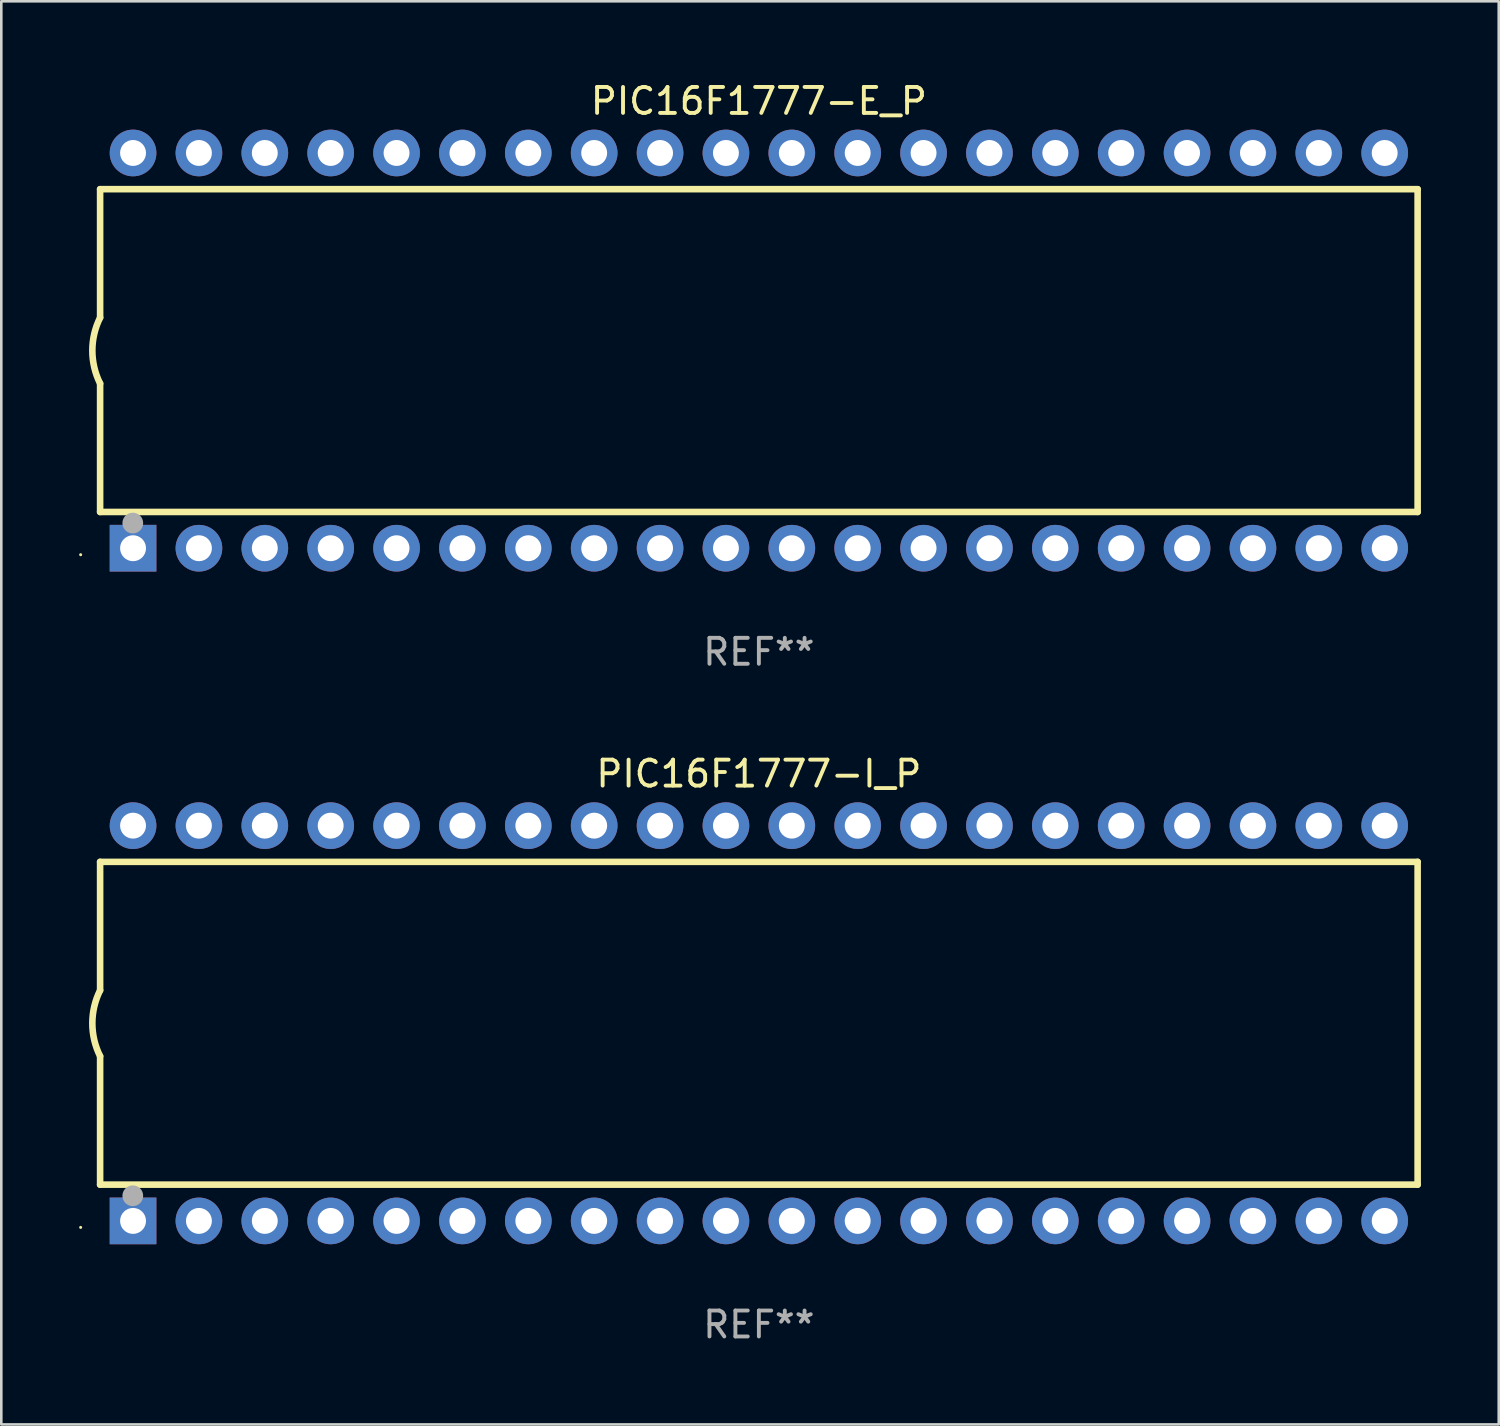
<source format=kicad_pcb>
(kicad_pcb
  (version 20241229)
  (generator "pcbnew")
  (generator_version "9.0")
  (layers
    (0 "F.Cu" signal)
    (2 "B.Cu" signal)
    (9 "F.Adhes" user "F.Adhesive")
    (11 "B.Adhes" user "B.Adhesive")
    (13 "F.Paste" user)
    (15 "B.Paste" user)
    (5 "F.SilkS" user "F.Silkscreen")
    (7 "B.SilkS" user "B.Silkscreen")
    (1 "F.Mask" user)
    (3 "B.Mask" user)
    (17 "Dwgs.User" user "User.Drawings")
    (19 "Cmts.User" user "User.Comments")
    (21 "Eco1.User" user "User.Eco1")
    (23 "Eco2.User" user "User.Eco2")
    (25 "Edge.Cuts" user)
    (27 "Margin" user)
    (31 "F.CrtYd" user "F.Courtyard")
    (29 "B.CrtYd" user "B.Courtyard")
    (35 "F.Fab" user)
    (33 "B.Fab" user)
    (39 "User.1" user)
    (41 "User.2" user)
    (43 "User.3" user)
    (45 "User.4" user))
  (footprint "PIC16F1777-I_P"
    (layer "F.Cu")
    (at 26.21 36.405)
    (property "Reference" "PIC16F1777-I_P" (at 0 -9.62 0) (layer "F.SilkS") (effects (font (size 1 1) (thickness 0.15))))
    (attr through_hole)
    (fp_line (start -25.4 -6.224) (end -25.4 -1.271) (stroke (width 0.254) (type solid)) (layer "F.SilkS"))
    (fp_line (start -25.4 -6.224) (end 25.4 -6.224) (stroke (width 0.254) (type solid)) (layer "F.SilkS"))
    (fp_line (start -25.4 1.269) (end -25.4 6.222) (stroke (width 0.254) (type solid)) (layer "F.SilkS"))
    (fp_line (start -25.4 6.222) (end 25.4 6.222) (stroke (width 0.254) (type solid)) (layer "F.SilkS"))
    (fp_line (start 25.4 6.222) (end 25.4 -6.224) (stroke (width 0.254) (type solid)) (layer "F.SilkS"))
    (fp_arc (start -25.4 1.269241) (mid -25.699807 -0.000762) (end -25.4 -1.270765) (stroke (width 0.254001) (type solid)) (layer "F.SilkS"))
    (fp_circle (center -26.15 7.87) (end -26.12 7.87) (stroke (width 0.06) (type solid)) (fill no) (layer "F.SilkS"))
    (fp_circle (center -24.14 6.65) (end -23.94 6.65) (stroke (width 0.4) (type solid)) (fill no) (layer "F.Fab"))
    (fp_text user "REF**" (at 0 11.62 0) (layer "F.Fab") (effects (font (size 1 1) (thickness 0.15))))
    (pad "1" thru_hole rect (at -24.13 7.62 90) (size 1.8 1.8) (drill 1) (layers "*.Cu" "*.Mask"))
    (pad "2" thru_hole circle (at -21.59 7.62) (size 1.8 1.8) (drill 1) (layers "*.Cu" "*.Mask"))
    (pad "3" thru_hole circle (at -19.05 7.62) (size 1.8 1.8) (drill 1) (layers "*.Cu" "*.Mask"))
    (pad "4" thru_hole circle (at -16.51 7.62) (size 1.8 1.8) (drill 1) (layers "*.Cu" "*.Mask"))
    (pad "5" thru_hole circle (at -13.97 7.62) (size 1.8 1.8) (drill 1) (layers "*.Cu" "*.Mask"))
    (pad "6" thru_hole circle (at -11.43 7.62) (size 1.8 1.8) (drill 1) (layers "*.Cu" "*.Mask"))
    (pad "7" thru_hole circle (at -8.89 7.62) (size 1.8 1.8) (drill 1) (layers "*.Cu" "*.Mask"))
    (pad "8" thru_hole circle (at -6.35 7.62) (size 1.8 1.8) (drill 1) (layers "*.Cu" "*.Mask"))
    (pad "9" thru_hole circle (at -3.81 7.62) (size 1.8 1.8) (drill 1) (layers "*.Cu" "*.Mask"))
    (pad "10" thru_hole circle (at -1.27 7.62) (size 1.8 1.8) (drill 1) (layers "*.Cu" "*.Mask"))
    (pad "11" thru_hole circle (at 1.27 7.62) (size 1.8 1.8) (drill 1) (layers "*.Cu" "*.Mask"))
    (pad "12" thru_hole circle (at 3.81 7.62) (size 1.8 1.8) (drill 1) (layers "*.Cu" "*.Mask"))
    (pad "13" thru_hole circle (at 6.35 7.62) (size 1.8 1.8) (drill 1) (layers "*.Cu" "*.Mask"))
    (pad "14" thru_hole circle (at 8.89 7.62) (size 1.8 1.8) (drill 1) (layers "*.Cu" "*.Mask"))
    (pad "15" thru_hole circle (at 11.43 7.62) (size 1.8 1.8) (drill 1) (layers "*.Cu" "*.Mask"))
    (pad "16" thru_hole circle (at 13.97 7.62) (size 1.8 1.8) (drill 1) (layers "*.Cu" "*.Mask"))
    (pad "17" thru_hole circle (at 16.51 7.62) (size 1.8 1.8) (drill 1) (layers "*.Cu" "*.Mask"))
    (pad "18" thru_hole circle (at 19.05 7.62) (size 1.8 1.8) (drill 1) (layers "*.Cu" "*.Mask"))
    (pad "19" thru_hole circle (at 21.59 7.62) (size 1.8 1.8) (drill 1) (layers "*.Cu" "*.Mask"))
    (pad "20" thru_hole circle (at 24.13 7.62) (size 1.8 1.8) (drill 1) (layers "*.Cu" "*.Mask"))
    (pad "21" thru_hole circle (at 24.13 -7.62) (size 1.8 1.8) (drill 1) (layers "*.Cu" "*.Mask"))
    (pad "22" thru_hole circle (at 21.59 -7.62) (size 1.8 1.8) (drill 1) (layers "*.Cu" "*.Mask"))
    (pad "23" thru_hole circle (at 19.05 -7.62) (size 1.8 1.8) (drill 1) (layers "*.Cu" "*.Mask"))
    (pad "24" thru_hole circle (at 16.51 -7.62) (size 1.8 1.8) (drill 1) (layers "*.Cu" "*.Mask"))
    (pad "25" thru_hole circle (at 13.97 -7.62) (size 1.8 1.8) (drill 1) (layers "*.Cu" "*.Mask"))
    (pad "26" thru_hole circle (at 11.43 -7.62) (size 1.8 1.8) (drill 1) (layers "*.Cu" "*.Mask"))
    (pad "27" thru_hole circle (at 8.89 -7.62) (size 1.8 1.8) (drill 1) (layers "*.Cu" "*.Mask"))
    (pad "28" thru_hole circle (at 6.35 -7.62) (size 1.8 1.8) (drill 1) (layers "*.Cu" "*.Mask"))
    (pad "29" thru_hole circle (at 3.81 -7.62) (size 1.8 1.8) (drill 1) (layers "*.Cu" "*.Mask"))
    (pad "30" thru_hole circle (at 1.27 -7.62) (size 1.8 1.8) (drill 1) (layers "*.Cu" "*.Mask"))
    (pad "31" thru_hole circle (at -1.27 -7.62) (size 1.8 1.8) (drill 1) (layers "*.Cu" "*.Mask"))
    (pad "32" thru_hole circle (at -3.81 -7.62) (size 1.8 1.8) (drill 1) (layers "*.Cu" "*.Mask"))
    (pad "33" thru_hole circle (at -6.35 -7.62) (size 1.8 1.8) (drill 1) (layers "*.Cu" "*.Mask"))
    (pad "34" thru_hole circle (at -8.89 -7.62) (size 1.8 1.8) (drill 1) (layers "*.Cu" "*.Mask"))
    (pad "35" thru_hole circle (at -11.43 -7.62) (size 1.8 1.8) (drill 1) (layers "*.Cu" "*.Mask"))
    (pad "36" thru_hole circle (at -13.97 -7.62) (size 1.8 1.8) (drill 1) (layers "*.Cu" "*.Mask"))
    (pad "37" thru_hole circle (at -16.51 -7.62) (size 1.8 1.8) (drill 1) (layers "*.Cu" "*.Mask"))
    (pad "38" thru_hole circle (at -19.05 -7.62) (size 1.8 1.8) (drill 1) (layers "*.Cu" "*.Mask"))
    (pad "39" thru_hole circle (at -21.59 -7.62) (size 1.8 1.8) (drill 1) (layers "*.Cu" "*.Mask"))
    (pad "40" thru_hole circle (at -24.13 -7.62) (size 1.8 1.8) (drill 1) (layers "*.Cu" "*.Mask")))
  (footprint "PIC16F1777-E_P"
    (layer "F.Cu")
    (at 26.21 10.468)
    (property "Reference" "PIC16F1777-E_P" (at 0 -9.62 0) (layer "F.SilkS") (effects (font (size 1 1) (thickness 0.15))))
    (attr through_hole)
    (fp_line (start -25.4 -6.224) (end -25.4 -1.271) (stroke (width 0.254) (type solid)) (layer "F.SilkS"))
    (fp_line (start -25.4 -6.224) (end 25.4 -6.224) (stroke (width 0.254) (type solid)) (layer "F.SilkS"))
    (fp_line (start -25.4 1.269) (end -25.4 6.222) (stroke (width 0.254) (type solid)) (layer "F.SilkS"))
    (fp_line (start -25.4 6.222) (end 25.4 6.222) (stroke (width 0.254) (type solid)) (layer "F.SilkS"))
    (fp_line (start 25.4 6.222) (end 25.4 -6.224) (stroke (width 0.254) (type solid)) (layer "F.SilkS"))
    (fp_arc (start -25.4 1.269241) (mid -25.699807 -0.000762) (end -25.4 -1.270765) (stroke (width 0.254001) (type solid)) (layer "F.SilkS"))
    (fp_circle (center -26.15 7.87) (end -26.12 7.87) (stroke (width 0.06) (type solid)) (fill no) (layer "F.SilkS"))
    (fp_circle (center -24.14 6.65) (end -23.94 6.65) (stroke (width 0.4) (type solid)) (fill no) (layer "F.Fab"))
    (fp_text user "REF**" (at 0 11.62 0) (layer "F.Fab") (effects (font (size 1 1) (thickness 0.15))))
    (pad "1" thru_hole rect (at -24.13 7.62 90) (size 1.8 1.8) (drill 1) (layers "*.Cu" "*.Mask"))
    (pad "2" thru_hole circle (at -21.59 7.62) (size 1.8 1.8) (drill 1) (layers "*.Cu" "*.Mask"))
    (pad "3" thru_hole circle (at -19.05 7.62) (size 1.8 1.8) (drill 1) (layers "*.Cu" "*.Mask"))
    (pad "4" thru_hole circle (at -16.51 7.62) (size 1.8 1.8) (drill 1) (layers "*.Cu" "*.Mask"))
    (pad "5" thru_hole circle (at -13.97 7.62) (size 1.8 1.8) (drill 1) (layers "*.Cu" "*.Mask"))
    (pad "6" thru_hole circle (at -11.43 7.62) (size 1.8 1.8) (drill 1) (layers "*.Cu" "*.Mask"))
    (pad "7" thru_hole circle (at -8.89 7.62) (size 1.8 1.8) (drill 1) (layers "*.Cu" "*.Mask"))
    (pad "8" thru_hole circle (at -6.35 7.62) (size 1.8 1.8) (drill 1) (layers "*.Cu" "*.Mask"))
    (pad "9" thru_hole circle (at -3.81 7.62) (size 1.8 1.8) (drill 1) (layers "*.Cu" "*.Mask"))
    (pad "10" thru_hole circle (at -1.27 7.62) (size 1.8 1.8) (drill 1) (layers "*.Cu" "*.Mask"))
    (pad "11" thru_hole circle (at 1.27 7.62) (size 1.8 1.8) (drill 1) (layers "*.Cu" "*.Mask"))
    (pad "12" thru_hole circle (at 3.81 7.62) (size 1.8 1.8) (drill 1) (layers "*.Cu" "*.Mask"))
    (pad "13" thru_hole circle (at 6.35 7.62) (size 1.8 1.8) (drill 1) (layers "*.Cu" "*.Mask"))
    (pad "14" thru_hole circle (at 8.89 7.62) (size 1.8 1.8) (drill 1) (layers "*.Cu" "*.Mask"))
    (pad "15" thru_hole circle (at 11.43 7.62) (size 1.8 1.8) (drill 1) (layers "*.Cu" "*.Mask"))
    (pad "16" thru_hole circle (at 13.97 7.62) (size 1.8 1.8) (drill 1) (layers "*.Cu" "*.Mask"))
    (pad "17" thru_hole circle (at 16.51 7.62) (size 1.8 1.8) (drill 1) (layers "*.Cu" "*.Mask"))
    (pad "18" thru_hole circle (at 19.05 7.62) (size 1.8 1.8) (drill 1) (layers "*.Cu" "*.Mask"))
    (pad "19" thru_hole circle (at 21.59 7.62) (size 1.8 1.8) (drill 1) (layers "*.Cu" "*.Mask"))
    (pad "20" thru_hole circle (at 24.13 7.62) (size 1.8 1.8) (drill 1) (layers "*.Cu" "*.Mask"))
    (pad "21" thru_hole circle (at 24.13 -7.62) (size 1.8 1.8) (drill 1) (layers "*.Cu" "*.Mask"))
    (pad "22" thru_hole circle (at 21.59 -7.62) (size 1.8 1.8) (drill 1) (layers "*.Cu" "*.Mask"))
    (pad "23" thru_hole circle (at 19.05 -7.62) (size 1.8 1.8) (drill 1) (layers "*.Cu" "*.Mask"))
    (pad "24" thru_hole circle (at 16.51 -7.62) (size 1.8 1.8) (drill 1) (layers "*.Cu" "*.Mask"))
    (pad "25" thru_hole circle (at 13.97 -7.62) (size 1.8 1.8) (drill 1) (layers "*.Cu" "*.Mask"))
    (pad "26" thru_hole circle (at 11.43 -7.62) (size 1.8 1.8) (drill 1) (layers "*.Cu" "*.Mask"))
    (pad "27" thru_hole circle (at 8.89 -7.62) (size 1.8 1.8) (drill 1) (layers "*.Cu" "*.Mask"))
    (pad "28" thru_hole circle (at 6.35 -7.62) (size 1.8 1.8) (drill 1) (layers "*.Cu" "*.Mask"))
    (pad "29" thru_hole circle (at 3.81 -7.62) (size 1.8 1.8) (drill 1) (layers "*.Cu" "*.Mask"))
    (pad "30" thru_hole circle (at 1.27 -7.62) (size 1.8 1.8) (drill 1) (layers "*.Cu" "*.Mask"))
    (pad "31" thru_hole circle (at -1.27 -7.62) (size 1.8 1.8) (drill 1) (layers "*.Cu" "*.Mask"))
    (pad "32" thru_hole circle (at -3.81 -7.62) (size 1.8 1.8) (drill 1) (layers "*.Cu" "*.Mask"))
    (pad "33" thru_hole circle (at -6.35 -7.62) (size 1.8 1.8) (drill 1) (layers "*.Cu" "*.Mask"))
    (pad "34" thru_hole circle (at -8.89 -7.62) (size 1.8 1.8) (drill 1) (layers "*.Cu" "*.Mask"))
    (pad "35" thru_hole circle (at -11.43 -7.62) (size 1.8 1.8) (drill 1) (layers "*.Cu" "*.Mask"))
    (pad "36" thru_hole circle (at -13.97 -7.62) (size 1.8 1.8) (drill 1) (layers "*.Cu" "*.Mask"))
    (pad "37" thru_hole circle (at -16.51 -7.62) (size 1.8 1.8) (drill 1) (layers "*.Cu" "*.Mask"))
    (pad "38" thru_hole circle (at -19.05 -7.62) (size 1.8 1.8) (drill 1) (layers "*.Cu" "*.Mask"))
    (pad "39" thru_hole circle (at -21.59 -7.62) (size 1.8 1.8) (drill 1) (layers "*.Cu" "*.Mask"))
    (pad "40" thru_hole circle (at -24.13 -7.62) (size 1.8 1.8) (drill 1) (layers "*.Cu" "*.Mask")))
  (gr_rect
    (start -3 -3)
    (end 54.737 51.873)
    (stroke (width 0.1) (type default))
    (fill no)
    (layer "Edge.Cuts")))
</source>
